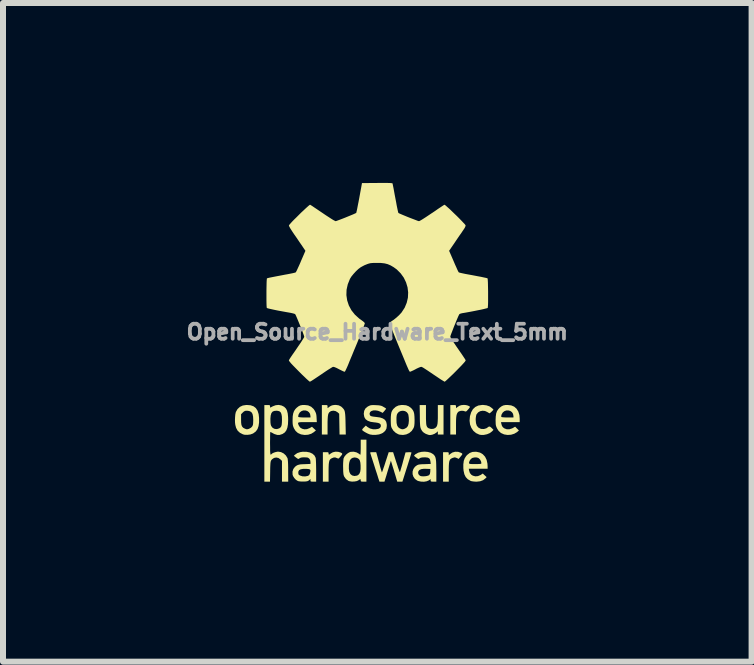
<source format=kicad_pcb>
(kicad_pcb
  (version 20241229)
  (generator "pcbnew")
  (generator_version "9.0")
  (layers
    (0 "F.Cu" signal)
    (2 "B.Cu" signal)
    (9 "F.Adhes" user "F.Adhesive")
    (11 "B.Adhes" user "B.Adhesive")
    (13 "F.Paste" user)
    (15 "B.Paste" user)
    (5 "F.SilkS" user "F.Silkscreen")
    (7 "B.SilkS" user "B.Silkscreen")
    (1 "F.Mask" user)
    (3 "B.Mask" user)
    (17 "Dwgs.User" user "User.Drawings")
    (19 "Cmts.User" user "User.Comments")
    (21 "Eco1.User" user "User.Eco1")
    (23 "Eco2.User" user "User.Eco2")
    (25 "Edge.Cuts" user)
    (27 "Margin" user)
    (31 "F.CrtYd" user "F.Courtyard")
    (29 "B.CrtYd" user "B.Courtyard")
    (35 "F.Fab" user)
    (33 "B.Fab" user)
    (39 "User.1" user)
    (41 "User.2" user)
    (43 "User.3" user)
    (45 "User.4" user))
  (footprint "Open_Source_Hardware_Text_5mm"
    (layer "F.Cu")
    (at 3.241 2.486)
    (property "Reference" "Open_Source_Hardware_Text_5mm" (at 0 0 0) (layer "F.Fab") (effects (font (size 0.25 0.25) (thickness 0.3))))
    (attr board_only exclude_from_pos_files exclude_from_bom)
    (fp_poly (pts (xy 1.348 1.998) (xy 1.391 2.013) (xy 1.409 2.022) (xy 1.418 2.03) (xy 1.417 2.041) (xy 1.406 2.057) (xy 1.385 2.083) (xy 1.38 2.089) (xy 1.357 2.116) (xy 1.326 2.101) (xy 1.304 2.093) (xy 1.286 2.091) (xy 1.263 2.098) (xy 1.258 2.099) (xy 1.238 2.108) (xy 1.221 2.119) (xy 1.21 2.134) (xy 1.201 2.157) (xy 1.196 2.188) (xy 1.193 2.231) (xy 1.192 2.287) (xy 1.192 2.334) (xy 1.192 2.496) (xy 1.097 2.496) (xy 1.097 2.004) (xy 1.144 2.004) (xy 1.171 2.004) (xy 1.186 2.007) (xy 1.191 2.015) (xy 1.192 2.029) (xy 1.192 2.03) (xy 1.192 2.056) (xy 1.211 2.038) (xy 1.252 2.01) (xy 1.298 1.997)) (stroke (width 0) (type solid)) (fill yes) (layer "F.SilkS"))
    (fp_poly (pts (xy -0.652 1.998) (xy -0.611 2.01) (xy -0.6 2.016) (xy -0.588 2.024) (xy -0.584 2.033) (xy -0.588 2.044) (xy -0.601 2.062) (xy -0.623 2.088) (xy -0.639 2.105) (xy -0.65 2.111) (xy -0.664 2.106) (xy -0.671 2.103) (xy -0.7 2.092) (xy -0.727 2.093) (xy -0.756 2.104) (xy -0.774 2.114) (xy -0.788 2.127) (xy -0.798 2.144) (xy -0.804 2.169) (xy -0.809 2.204) (xy -0.811 2.251) (xy -0.812 2.311) (xy -0.812 2.335) (xy -0.812 2.496) (xy -0.907 2.496) (xy -0.907 2.004) (xy -0.859 2.004) (xy -0.832 2.004) (xy -0.818 2.007) (xy -0.813 2.014) (xy -0.812 2.025) (xy -0.81 2.041) (xy -0.804 2.045) (xy -0.79 2.037) (xy -0.776 2.026) (xy -0.741 2.006) (xy -0.697 1.996)) (stroke (width 0) (type solid)) (fill yes) (layer "F.SilkS"))
    (fp_poly (pts (xy 1.48 1.219) (xy 1.508 1.226) (xy 1.531 1.236) (xy 1.544 1.246) (xy 1.546 1.25) (xy 1.54 1.26) (xy 1.527 1.278) (xy 1.513 1.294) (xy 1.493 1.316) (xy 1.48 1.325) (xy 1.469 1.326) (xy 1.462 1.323) (xy 1.431 1.314) (xy 1.395 1.314) (xy 1.363 1.324) (xy 1.353 1.33) (xy 1.34 1.344) (xy 1.33 1.361) (xy 1.322 1.385) (xy 1.317 1.418) (xy 1.314 1.462) (xy 1.313 1.52) (xy 1.313 1.561) (xy 1.313 1.71) (xy 1.218 1.71) (xy 1.218 1.218) (xy 1.265 1.218) (xy 1.292 1.218) (xy 1.307 1.221) (xy 1.312 1.229) (xy 1.313 1.243) (xy 1.313 1.27) (xy 1.341 1.249) (xy 1.371 1.23) (xy 1.401 1.22) (xy 1.439 1.216) (xy 1.451 1.216)) (stroke (width 0) (type solid)) (fill yes) (layer "F.SilkS"))
    (fp_poly (pts (xy -0.643 1.223) (xy -0.603 1.243) (xy -0.577 1.267) (xy -0.563 1.283) (xy -0.552 1.299) (xy -0.544 1.318) (xy -0.539 1.343) (xy -0.535 1.375) (xy -0.532 1.418) (xy -0.53 1.474) (xy -0.529 1.527) (xy -0.525 1.71) (xy -0.629 1.71) (xy -0.632 1.537) (xy -0.635 1.363) (xy -0.663 1.338) (xy -0.695 1.319) (xy -0.732 1.312) (xy -0.768 1.318) (xy -0.785 1.327) (xy -0.8 1.339) (xy -0.811 1.355) (xy -0.819 1.376) (xy -0.824 1.406) (xy -0.827 1.446) (xy -0.829 1.499) (xy -0.829 1.554) (xy -0.829 1.71) (xy -0.924 1.71) (xy -0.924 1.218) (xy -0.877 1.218) (xy -0.849 1.218) (xy -0.835 1.221) (xy -0.83 1.229) (xy -0.829 1.243) (xy -0.829 1.27) (xy -0.801 1.249) (xy -0.771 1.23) (xy -0.74 1.22) (xy -0.703 1.216) (xy -0.691 1.216)) (stroke (width 0) (type solid)) (fill yes) (layer "F.SilkS"))
    (fp_poly (pts (xy 0.812 1.382) (xy 0.812 1.447) (xy 0.814 1.496) (xy 0.816 1.533) (xy 0.821 1.56) (xy 0.829 1.579) (xy 0.839 1.593) (xy 0.853 1.603) (xy 0.859 1.606) (xy 0.895 1.617) (xy 0.934 1.615) (xy 0.963 1.603) (xy 0.978 1.591) (xy 0.99 1.576) (xy 0.999 1.555) (xy 1.005 1.527) (xy 1.008 1.488) (xy 1.01 1.437) (xy 1.01 1.373) (xy 1.01 1.218) (xy 1.105 1.218) (xy 1.105 1.71) (xy 1.01 1.71) (xy 1.01 1.655) (xy 0.991 1.674) (xy 0.957 1.697) (xy 0.916 1.713) (xy 0.878 1.719) (xy 0.854 1.715) (xy 0.823 1.704) (xy 0.802 1.695) (xy 0.771 1.675) (xy 0.749 1.653) (xy 0.734 1.628) (xy 0.727 1.613) (xy 0.722 1.599) (xy 0.718 1.583) (xy 0.715 1.562) (xy 0.713 1.533) (xy 0.711 1.495) (xy 0.71 1.444) (xy 0.71 1.402) (xy 0.707 1.218) (xy 0.812 1.218)) (stroke (width 0) (type solid)) (fill yes) (layer "F.SilkS"))
    (fp_poly (pts (xy 1.821 1.223) (xy 1.873 1.241) (xy 1.914 1.271) (xy 1.918 1.274) (xy 1.938 1.296) (xy 1.909 1.326) (xy 1.89 1.343) (xy 1.877 1.354) (xy 1.873 1.356) (xy 1.862 1.351) (xy 1.843 1.34) (xy 1.834 1.334) (xy 1.796 1.317) (xy 1.755 1.313) (xy 1.715 1.321) (xy 1.681 1.341) (xy 1.657 1.371) (xy 1.653 1.377) (xy 1.647 1.402) (xy 1.642 1.436) (xy 1.641 1.464) (xy 1.646 1.52) (xy 1.66 1.563) (xy 1.685 1.593) (xy 1.72 1.612) (xy 1.734 1.616) (xy 1.778 1.618) (xy 1.819 1.606) (xy 1.844 1.589) (xy 1.861 1.577) (xy 1.879 1.578) (xy 1.899 1.593) (xy 1.917 1.61) (xy 1.938 1.632) (xy 1.913 1.658) (xy 1.876 1.686) (xy 1.83 1.705) (xy 1.778 1.716) (xy 1.728 1.716) (xy 1.701 1.711) (xy 1.647 1.686) (xy 1.602 1.648) (xy 1.569 1.599) (xy 1.547 1.542) (xy 1.539 1.478) (xy 1.545 1.41) (xy 1.546 1.403) (xy 1.566 1.338) (xy 1.595 1.287) (xy 1.635 1.25) (xy 1.685 1.226) (xy 1.745 1.217) (xy 1.762 1.216)) (stroke (width 0) (type solid)) (fill yes) (layer "F.SilkS"))
    (fp_poly (pts (xy -2.112 1.222) (xy -2.062 1.24) (xy -2.024 1.27) (xy -1.996 1.313) (xy -1.978 1.37) (xy -1.971 1.434) (xy -1.971 1.509) (xy -1.98 1.57) (xy -1.997 1.619) (xy -2.025 1.658) (xy -2.063 1.687) (xy -2.075 1.694) (xy -2.117 1.709) (xy -2.164 1.715) (xy -2.21 1.714) (xy -2.239 1.707) (xy -2.29 1.681) (xy -2.328 1.646) (xy -2.354 1.599) (xy -2.367 1.55) (xy -2.372 1.512) (xy -2.373 1.466) (xy -2.373 1.46) (xy -2.271 1.46) (xy -2.27 1.512) (xy -2.265 1.55) (xy -2.254 1.576) (xy -2.238 1.595) (xy -2.214 1.609) (xy -2.211 1.61) (xy -2.19 1.619) (xy -2.176 1.622) (xy -2.162 1.621) (xy -2.14 1.615) (xy -2.107 1.597) (xy -2.088 1.578) (xy -2.079 1.563) (xy -2.073 1.546) (xy -2.07 1.523) (xy -2.069 1.49) (xy -2.068 1.467) (xy -2.071 1.41) (xy -2.08 1.368) (xy -2.097 1.339) (xy -2.122 1.322) (xy -2.156 1.314) (xy -2.177 1.313) (xy -2.203 1.315) (xy -2.224 1.326) (xy -2.242 1.342) (xy -2.271 1.371) (xy -2.271 1.46) (xy -2.373 1.46) (xy -2.371 1.418) (xy -2.367 1.374) (xy -2.36 1.341) (xy -2.358 1.334) (xy -2.331 1.286) (xy -2.292 1.249) (xy -2.243 1.226) (xy -2.184 1.217) (xy -2.174 1.217)) (stroke (width 0) (type solid)) (fill yes) (layer "F.SilkS"))
    (fp_poly (pts (xy 2.233 1.224) (xy 2.283 1.245) (xy 2.323 1.28) (xy 2.352 1.327) (xy 2.37 1.386) (xy 2.375 1.448) (xy 2.375 1.503) (xy 2.063 1.503) (xy 2.069 1.531) (xy 2.079 1.565) (xy 2.094 1.588) (xy 2.119 1.607) (xy 2.159 1.622) (xy 2.204 1.622) (xy 2.249 1.607) (xy 2.261 1.601) (xy 2.299 1.579) (xy 2.362 1.642) (xy 2.332 1.668) (xy 2.286 1.696) (xy 2.231 1.713) (xy 2.173 1.717) (xy 2.116 1.708) (xy 2.111 1.706) (xy 2.062 1.684) (xy 2.024 1.65) (xy 1.997 1.607) (xy 1.986 1.583) (xy 1.979 1.561) (xy 1.975 1.537) (xy 1.974 1.504) (xy 1.973 1.468) (xy 1.976 1.406) (xy 1.977 1.4) (xy 2.067 1.4) (xy 2.068 1.415) (xy 2.068 1.416) (xy 2.079 1.42) (xy 2.104 1.423) (xy 2.14 1.425) (xy 2.173 1.425) (xy 2.271 1.425) (xy 2.271 1.403) (xy 2.264 1.365) (xy 2.246 1.337) (xy 2.219 1.317) (xy 2.187 1.308) (xy 2.153 1.308) (xy 2.12 1.32) (xy 2.093 1.342) (xy 2.073 1.375) (xy 2.072 1.379) (xy 2.067 1.4) (xy 1.977 1.4) (xy 1.983 1.358) (xy 1.997 1.319) (xy 2.019 1.287) (xy 2.039 1.265) (xy 2.071 1.24) (xy 2.101 1.225) (xy 2.136 1.218) (xy 2.173 1.217)) (stroke (width 0) (type solid)) (fill yes) (layer "F.SilkS"))
    (fp_poly (pts (xy 0.48 1.222) (xy 0.525 1.239) (xy 0.565 1.269) (xy 0.577 1.282) (xy 0.595 1.306) (xy 0.608 1.333) (xy 0.616 1.366) (xy 0.62 1.409) (xy 0.622 1.465) (xy 0.622 1.473) (xy 0.621 1.52) (xy 0.618 1.555) (xy 0.613 1.581) (xy 0.605 1.602) (xy 0.575 1.649) (xy 0.533 1.685) (xy 0.483 1.708) (xy 0.429 1.717) (xy 0.372 1.712) (xy 0.35 1.705) (xy 0.307 1.681) (xy 0.269 1.646) (xy 0.242 1.603) (xy 0.241 1.602) (xy 0.233 1.581) (xy 0.228 1.555) (xy 0.226 1.52) (xy 0.225 1.473) (xy 0.225 1.464) (xy 0.32 1.464) (xy 0.322 1.518) (xy 0.331 1.557) (xy 0.347 1.586) (xy 0.371 1.605) (xy 0.382 1.611) (xy 0.408 1.621) (xy 0.429 1.622) (xy 0.452 1.615) (xy 0.462 1.611) (xy 0.491 1.593) (xy 0.511 1.567) (xy 0.522 1.53) (xy 0.527 1.48) (xy 0.527 1.47) (xy 0.525 1.427) (xy 0.52 1.391) (xy 0.515 1.369) (xy 0.494 1.339) (xy 0.464 1.32) (xy 0.429 1.313) (xy 0.393 1.317) (xy 0.36 1.332) (xy 0.337 1.358) (xy 0.328 1.376) (xy 0.323 1.398) (xy 0.32 1.429) (xy 0.32 1.464) (xy 0.225 1.464) (xy 0.226 1.415) (xy 0.23 1.371) (xy 0.237 1.336) (xy 0.25 1.309) (xy 0.267 1.284) (xy 0.27 1.282) (xy 0.308 1.247) (xy 0.352 1.226) (xy 0.404 1.217) (xy 0.424 1.217)) (stroke (width 0) (type solid)) (fill yes) (layer "F.SilkS"))
    (fp_poly (pts (xy 1.656 1.998) (xy 1.713 2.011) (xy 1.76 2.039) (xy 1.797 2.079) (xy 1.823 2.131) (xy 1.837 2.195) (xy 1.84 2.242) (xy 1.84 2.28) (xy 1.526 2.28) (xy 1.531 2.311) (xy 1.544 2.351) (xy 1.568 2.38) (xy 1.594 2.396) (xy 1.635 2.407) (xy 1.679 2.403) (xy 1.722 2.385) (xy 1.73 2.38) (xy 1.759 2.36) (xy 1.791 2.39) (xy 1.824 2.42) (xy 1.804 2.441) (xy 1.765 2.471) (xy 1.716 2.489) (xy 1.655 2.496) (xy 1.649 2.496) (xy 1.608 2.493) (xy 1.573 2.488) (xy 1.555 2.482) (xy 1.509 2.455) (xy 1.475 2.419) (xy 1.452 2.372) (xy 1.439 2.312) (xy 1.435 2.27) (xy 1.435 2.204) (xy 1.438 2.185) (xy 1.529 2.185) (xy 1.533 2.194) (xy 1.548 2.2) (xy 1.575 2.202) (xy 1.616 2.202) (xy 1.632 2.202) (xy 1.676 2.202) (xy 1.705 2.201) (xy 1.723 2.199) (xy 1.732 2.196) (xy 1.736 2.19) (xy 1.736 2.185) (xy 1.73 2.157) (xy 1.714 2.127) (xy 1.692 2.105) (xy 1.691 2.104) (xy 1.663 2.093) (xy 1.628 2.091) (xy 1.592 2.098) (xy 1.579 2.104) (xy 1.558 2.121) (xy 1.541 2.146) (xy 1.541 2.146) (xy 1.532 2.169) (xy 1.529 2.185) (xy 1.438 2.185) (xy 1.442 2.15) (xy 1.458 2.107) (xy 1.482 2.069) (xy 1.498 2.051) (xy 1.54 2.018) (xy 1.587 2) (xy 1.642 1.997)) (stroke (width 0) (type solid)) (fill yes) (layer "F.SilkS"))
    (fp_poly (pts (xy -1.152 1.224) (xy -1.103 1.246) (xy -1.062 1.283) (xy -1.042 1.313) (xy -1.028 1.341) (xy -1.019 1.367) (xy -1.014 1.399) (xy -1.012 1.431) (xy -1.008 1.503) (xy -1.165 1.503) (xy -1.223 1.503) (xy -1.265 1.503) (xy -1.294 1.505) (xy -1.312 1.509) (xy -1.32 1.516) (xy -1.321 1.527) (xy -1.316 1.542) (xy -1.309 1.559) (xy -1.287 1.592) (xy -1.254 1.613) (xy -1.215 1.623) (xy -1.172 1.62) (xy -1.129 1.603) (xy -1.126 1.602) (xy -1.089 1.58) (xy -1.056 1.611) (xy -1.023 1.641) (xy -1.054 1.667) (xy -1.099 1.696) (xy -1.153 1.713) (xy -1.211 1.717) (xy -1.269 1.708) (xy -1.275 1.706) (xy -1.324 1.684) (xy -1.362 1.65) (xy -1.389 1.607) (xy -1.399 1.583) (xy -1.406 1.561) (xy -1.41 1.537) (xy -1.412 1.504) (xy -1.412 1.468) (xy -1.41 1.406) (xy -1.409 1.4) (xy -1.318 1.4) (xy -1.318 1.415) (xy -1.317 1.416) (xy -1.306 1.42) (xy -1.281 1.423) (xy -1.245 1.425) (xy -1.213 1.425) (xy -1.114 1.425) (xy -1.114 1.403) (xy -1.121 1.365) (xy -1.14 1.337) (xy -1.167 1.317) (xy -1.199 1.308) (xy -1.233 1.308) (xy -1.265 1.32) (xy -1.293 1.342) (xy -1.312 1.375) (xy -1.313 1.379) (xy -1.318 1.4) (xy -1.409 1.4) (xy -1.402 1.358) (xy -1.388 1.319) (xy -1.367 1.287) (xy -1.346 1.265) (xy -1.315 1.24) (xy -1.286 1.225) (xy -1.251 1.218) (xy -1.211 1.217)) (stroke (width 0) (type solid)) (fill yes) (layer "F.SilkS"))
    (fp_poly (pts (xy -0.181 2.496) (xy -0.229 2.496) (xy -0.256 2.495) (xy -0.27 2.492) (xy -0.276 2.485) (xy -0.276 2.474) (xy -0.278 2.459) (xy -0.283 2.454) (xy -0.297 2.461) (xy -0.312 2.472) (xy -0.341 2.486) (xy -0.38 2.493) (xy -0.422 2.495) (xy -0.461 2.489) (xy -0.482 2.482) (xy -0.521 2.453) (xy -0.55 2.414) (xy -0.561 2.386) (xy -0.565 2.361) (xy -0.568 2.324) (xy -0.569 2.282) (xy -0.474 2.282) (xy -0.466 2.333) (xy -0.448 2.369) (xy -0.42 2.392) (xy -0.383 2.401) (xy -0.378 2.401) (xy -0.338 2.395) (xy -0.317 2.384) (xy -0.297 2.361) (xy -0.284 2.329) (xy -0.278 2.286) (xy -0.278 2.229) (xy -0.278 2.228) (xy -0.282 2.179) (xy -0.29 2.145) (xy -0.304 2.121) (xy -0.325 2.106) (xy -0.344 2.098) (xy -0.376 2.092) (xy -0.405 2.097) (xy -0.409 2.098) (xy -0.437 2.114) (xy -0.456 2.14) (xy -0.468 2.18) (xy -0.473 2.216) (xy -0.474 2.282) (xy -0.569 2.282) (xy -0.569 2.279) (xy -0.57 2.231) (xy -0.569 2.184) (xy -0.566 2.143) (xy -0.563 2.114) (xy -0.561 2.106) (xy -0.546 2.076) (xy -0.52 2.045) (xy -0.488 2.019) (xy -0.456 2.002) (xy -0.445 1.999) (xy -0.394 1.996) (xy -0.347 2.007) (xy -0.315 2.024) (xy -0.296 2.038) (xy -0.283 2.046) (xy -0.281 2.047) (xy -0.28 2.039) (xy -0.278 2.016) (xy -0.277 1.983) (xy -0.276 1.941) (xy -0.276 1.922) (xy -0.276 1.796) (xy -0.181 1.796)) (stroke (width 0) (type solid)) (fill yes) (layer "F.SilkS"))
    (fp_poly (pts (xy -0.005 2.049) (xy 0.002 2.074) (xy 0.012 2.111) (xy 0.024 2.156) (xy 0.037 2.204) (xy 0.04 2.217) (xy 0.052 2.261) (xy 0.063 2.297) (xy 0.071 2.324) (xy 0.076 2.339) (xy 0.077 2.34) (xy 0.081 2.333) (xy 0.09 2.311) (xy 0.101 2.277) (xy 0.116 2.235) (xy 0.132 2.185) (xy 0.136 2.172) (xy 0.191 2.004) (xy 0.264 2.004) (xy 0.318 2.173) (xy 0.335 2.224) (xy 0.349 2.268) (xy 0.362 2.303) (xy 0.371 2.327) (xy 0.376 2.338) (xy 0.377 2.338) (xy 0.381 2.328) (xy 0.388 2.305) (xy 0.398 2.27) (xy 0.411 2.227) (xy 0.425 2.177) (xy 0.426 2.171) (xy 0.471 2.008) (xy 0.521 2.005) (xy 0.547 2.005) (xy 0.565 2.007) (xy 0.57 2.01) (xy 0.568 2.019) (xy 0.561 2.043) (xy 0.55 2.08) (xy 0.536 2.126) (xy 0.519 2.18) (xy 0.5 2.241) (xy 0.495 2.256) (xy 0.419 2.496) (xy 0.376 2.496) (xy 0.333 2.496) (xy 0.303 2.394) (xy 0.288 2.346) (xy 0.273 2.294) (xy 0.258 2.247) (xy 0.25 2.22) (xy 0.227 2.146) (xy 0.199 2.237) (xy 0.184 2.286) (xy 0.167 2.341) (xy 0.152 2.393) (xy 0.146 2.412) (xy 0.12 2.496) (xy 0.036 2.496) (xy 0.023 2.455) (xy 0.016 2.435) (xy 0.006 2.401) (xy -0.008 2.357) (xy -0.025 2.306) (xy -0.043 2.249) (xy -0.052 2.22) (xy -0.07 2.164) (xy -0.086 2.114) (xy -0.1 2.072) (xy -0.11 2.039) (xy -0.117 2.019) (xy -0.119 2.014) (xy -0.116 2.008) (xy -0.1 2.005) (xy -0.071 2.004) (xy -0.018 2.004)) (stroke (width 0) (type solid)) (fill yes) (layer "F.SilkS"))
    (fp_poly (pts (xy -0.048 1.219) (xy -0.026 1.22) (xy 0.016 1.222) (xy 0.046 1.226) (xy 0.07 1.232) (xy 0.094 1.243) (xy 0.101 1.248) (xy 0.126 1.262) (xy 0.142 1.273) (xy 0.147 1.278) (xy 0.142 1.288) (xy 0.128 1.305) (xy 0.119 1.317) (xy 0.09 1.349) (xy 0.054 1.33) (xy 0.013 1.314) (xy -0.028 1.307) (xy -0.065 1.308) (xy -0.096 1.317) (xy -0.118 1.333) (xy -0.128 1.356) (xy -0.127 1.375) (xy -0.121 1.389) (xy -0.112 1.399) (xy -0.094 1.406) (xy -0.067 1.411) (xy -0.025 1.416) (xy -0.016 1.417) (xy 0.047 1.426) (xy 0.094 1.442) (xy 0.128 1.465) (xy 0.149 1.498) (xy 0.158 1.54) (xy 0.159 1.564) (xy 0.153 1.611) (xy 0.131 1.65) (xy 0.095 1.681) (xy 0.072 1.693) (xy 0.03 1.708) (xy -0.022 1.715) (xy -0.074 1.716) (xy -0.121 1.709) (xy -0.127 1.707) (xy -0.159 1.694) (xy -0.192 1.677) (xy -0.223 1.659) (xy -0.244 1.643) (xy -0.249 1.639) (xy -0.252 1.629) (xy -0.245 1.616) (xy -0.227 1.596) (xy -0.225 1.594) (xy -0.191 1.561) (xy -0.165 1.583) (xy -0.122 1.609) (xy -0.071 1.622) (xy -0.025 1.622) (xy 0.018 1.615) (xy 0.045 1.6) (xy 0.059 1.576) (xy 0.06 1.562) (xy 0.056 1.542) (xy 0.041 1.527) (xy 0.014 1.516) (xy -0.027 1.509) (xy -0.048 1.507) (xy -0.111 1.498) (xy -0.16 1.48) (xy -0.195 1.454) (xy -0.216 1.418) (xy -0.224 1.373) (xy -0.225 1.363) (xy -0.218 1.315) (xy -0.198 1.276) (xy -0.163 1.246) (xy -0.147 1.237) (xy -0.126 1.227) (xy -0.106 1.221) (xy -0.082 1.219)) (stroke (width 0) (type solid)) (fill yes) (layer "F.SilkS"))
    (fp_poly (pts (xy 0.843 2) (xy 0.893 2.014) (xy 0.932 2.037) (xy 0.937 2.042) (xy 0.951 2.057) (xy 0.963 2.075) (xy 0.971 2.096) (xy 0.977 2.125) (xy 0.981 2.162) (xy 0.983 2.21) (xy 0.984 2.271) (xy 0.985 2.317) (xy 0.985 2.496) (xy 0.937 2.496) (xy 0.91 2.495) (xy 0.896 2.492) (xy 0.89 2.485) (xy 0.89 2.475) (xy 0.89 2.453) (xy 0.858 2.475) (xy 0.822 2.49) (xy 0.778 2.497) (xy 0.729 2.495) (xy 0.684 2.485) (xy 0.665 2.477) (xy 0.627 2.449) (xy 0.602 2.412) (xy 0.589 2.371) (xy 0.589 2.353) (xy 0.681 2.353) (xy 0.691 2.378) (xy 0.711 2.397) (xy 0.729 2.404) (xy 0.759 2.407) (xy 0.794 2.406) (xy 0.828 2.401) (xy 0.855 2.392) (xy 0.866 2.386) (xy 0.879 2.362) (xy 0.884 2.327) (xy 0.885 2.284) (xy 0.829 2.282) (xy 0.777 2.281) (xy 0.738 2.286) (xy 0.71 2.297) (xy 0.699 2.305) (xy 0.684 2.327) (xy 0.681 2.353) (xy 0.589 2.353) (xy 0.589 2.327) (xy 0.602 2.285) (xy 0.628 2.248) (xy 0.651 2.23) (xy 0.667 2.22) (xy 0.683 2.213) (xy 0.703 2.209) (xy 0.731 2.206) (xy 0.77 2.204) (xy 0.788 2.204) (xy 0.892 2.2) (xy 0.887 2.161) (xy 0.88 2.128) (xy 0.866 2.107) (xy 0.842 2.095) (xy 0.804 2.09) (xy 0.786 2.09) (xy 0.749 2.092) (xy 0.724 2.097) (xy 0.707 2.106) (xy 0.695 2.115) (xy 0.685 2.117) (xy 0.671 2.11) (xy 0.651 2.095) (xy 0.63 2.079) (xy 0.616 2.067) (xy 0.614 2.062) (xy 0.62 2.054) (xy 0.635 2.04) (xy 0.641 2.035) (xy 0.684 2.012) (xy 0.735 1.999) (xy 0.789 1.995)) (stroke (width 0) (type solid)) (fill yes) (layer "F.SilkS"))
    (fp_poly (pts (xy -1.179 1.998) (xy -1.124 2.009) (xy -1.08 2.03) (xy -1.047 2.06) (xy -1.028 2.097) (xy -1.025 2.115) (xy -1.023 2.148) (xy -1.021 2.191) (xy -1.02 2.242) (xy -1.019 2.298) (xy -1.019 2.312) (xy -1.019 2.496) (xy -1.067 2.496) (xy -1.094 2.495) (xy -1.108 2.493) (xy -1.113 2.485) (xy -1.114 2.473) (xy -1.114 2.45) (xy -1.136 2.471) (xy -1.15 2.481) (xy -1.166 2.488) (xy -1.189 2.492) (xy -1.225 2.494) (xy -1.229 2.494) (xy -1.278 2.493) (xy -1.314 2.488) (xy -1.326 2.484) (xy -1.356 2.465) (xy -1.384 2.435) (xy -1.404 2.403) (xy -1.412 2.38) (xy -1.413 2.345) (xy -1.317 2.345) (xy -1.315 2.368) (xy -1.307 2.383) (xy -1.287 2.394) (xy -1.246 2.407) (xy -1.199 2.408) (xy -1.159 2.4) (xy -1.139 2.389) (xy -1.127 2.37) (xy -1.122 2.356) (xy -1.115 2.324) (xy -1.115 2.303) (xy -1.125 2.291) (xy -1.148 2.285) (xy -1.185 2.282) (xy -1.188 2.282) (xy -1.24 2.283) (xy -1.278 2.29) (xy -1.302 2.303) (xy -1.315 2.325) (xy -1.317 2.345) (xy -1.413 2.345) (xy -1.414 2.33) (xy -1.4 2.285) (xy -1.372 2.248) (xy -1.344 2.227) (xy -1.325 2.218) (xy -1.304 2.212) (xy -1.278 2.207) (xy -1.241 2.205) (xy -1.211 2.204) (xy -1.114 2.2) (xy -1.114 2.166) (xy -1.119 2.135) (xy -1.135 2.111) (xy -1.149 2.1) (xy -1.165 2.093) (xy -1.189 2.091) (xy -1.216 2.09) (xy -1.254 2.091) (xy -1.279 2.097) (xy -1.296 2.106) (xy -1.296 2.106) (xy -1.309 2.115) (xy -1.319 2.117) (xy -1.332 2.11) (xy -1.354 2.094) (xy -1.354 2.094) (xy -1.391 2.065) (xy -1.374 2.048) (xy -1.335 2.02) (xy -1.284 2.003) (xy -1.243 1.997)) (stroke (width 0) (type solid)) (fill yes) (layer "F.SilkS"))
    (fp_poly (pts (xy -1.595 1.226) (xy -1.553 1.247) (xy -1.522 1.278) (xy -1.505 1.311) (xy -1.493 1.359) (xy -1.487 1.42) (xy -1.486 1.464) (xy -1.489 1.537) (xy -1.499 1.595) (xy -1.516 1.64) (xy -1.541 1.674) (xy -1.576 1.698) (xy -1.584 1.702) (xy -1.627 1.716) (xy -1.669 1.716) (xy -1.714 1.702) (xy -1.732 1.693) (xy -1.757 1.679) (xy -1.776 1.67) (xy -1.784 1.667) (xy -1.785 1.675) (xy -1.786 1.698) (xy -1.787 1.733) (xy -1.787 1.779) (xy -1.788 1.831) (xy -1.788 1.857) (xy -1.787 1.924) (xy -1.787 1.974) (xy -1.785 2.011) (xy -1.782 2.034) (xy -1.778 2.045) (xy -1.773 2.046) (xy -1.766 2.038) (xy -1.766 2.037) (xy -1.751 2.025) (xy -1.725 2.012) (xy -1.694 2.002) (xy -1.664 1.996) (xy -1.654 1.995) (xy -1.605 2.003) (xy -1.561 2.025) (xy -1.524 2.059) (xy -1.499 2.1) (xy -1.494 2.114) (xy -1.492 2.133) (xy -1.489 2.165) (xy -1.487 2.208) (xy -1.486 2.259) (xy -1.486 2.314) (xy -1.486 2.321) (xy -1.485 2.496) (xy -1.589 2.496) (xy -1.589 2.149) (xy -1.614 2.125) (xy -1.648 2.101) (xy -1.685 2.093) (xy -1.721 2.1) (xy -1.754 2.122) (xy -1.768 2.139) (xy -1.774 2.15) (xy -1.778 2.165) (xy -1.781 2.185) (xy -1.783 2.215) (xy -1.785 2.257) (xy -1.786 2.313) (xy -1.786 2.329) (xy -1.789 2.496) (xy -1.883 2.496) (xy -1.883 1.464) (xy -1.782 1.464) (xy -1.781 1.509) (xy -1.777 1.541) (xy -1.77 1.564) (xy -1.767 1.57) (xy -1.743 1.6) (xy -1.71 1.616) (xy -1.673 1.619) (xy -1.635 1.607) (xy -1.626 1.601) (xy -1.61 1.588) (xy -1.599 1.568) (xy -1.593 1.541) (xy -1.59 1.502) (xy -1.589 1.463) (xy -1.591 1.407) (xy -1.599 1.366) (xy -1.612 1.338) (xy -1.634 1.321) (xy -1.664 1.314) (xy -1.684 1.313) (xy -1.721 1.317) (xy -1.748 1.33) (xy -1.766 1.354) (xy -1.777 1.391) (xy -1.782 1.442) (xy -1.782 1.464) (xy -1.883 1.464) (xy -1.883 1.218) (xy -1.835 1.218) (xy -1.808 1.218) (xy -1.794 1.221) (xy -1.789 1.229) (xy -1.788 1.239) (xy -1.787 1.256) (xy -1.785 1.261) (xy -1.776 1.257) (xy -1.757 1.247) (xy -1.742 1.239) (xy -1.694 1.221) (xy -1.644 1.216)) (stroke (width 0) (type solid)) (fill yes) (layer "F.SilkS"))
    (fp_poly (pts (xy 0.181 -2.485) (xy 0.214 -2.484) (xy 0.237 -2.482) (xy 0.25 -2.48) (xy 0.255 -2.477) (xy 0.255 -2.477) (xy 0.257 -2.466) (xy 0.262 -2.44) (xy 0.27 -2.402) (xy 0.279 -2.353) (xy 0.289 -2.297) (xy 0.301 -2.235) (xy 0.302 -2.229) (xy 0.314 -2.167) (xy 0.324 -2.111) (xy 0.334 -2.062) (xy 0.342 -2.024) (xy 0.348 -1.998) (xy 0.352 -1.986) (xy 0.352 -1.986) (xy 0.363 -1.979) (xy 0.388 -1.968) (xy 0.423 -1.953) (xy 0.464 -1.936) (xy 0.51 -1.917) (xy 0.556 -1.899) (xy 0.601 -1.882) (xy 0.64 -1.867) (xy 0.671 -1.855) (xy 0.691 -1.849) (xy 0.696 -1.848) (xy 0.708 -1.853) (xy 0.732 -1.866) (xy 0.766 -1.887) (xy 0.808 -1.914) (xy 0.856 -1.946) (xy 0.908 -1.981) (xy 0.912 -1.983) (xy 0.964 -2.018) (xy 1.011 -2.051) (xy 1.053 -2.079) (xy 1.086 -2.101) (xy 1.109 -2.116) (xy 1.12 -2.122) (xy 1.12 -2.122) (xy 1.129 -2.118) (xy 1.148 -2.102) (xy 1.175 -2.078) (xy 1.209 -2.048) (xy 1.246 -2.012) (xy 1.286 -1.973) (xy 1.327 -1.934) (xy 1.366 -1.895) (xy 1.402 -1.858) (xy 1.432 -1.826) (xy 1.456 -1.801) (xy 1.47 -1.783) (xy 1.473 -1.777) (xy 1.47 -1.762) (xy 1.457 -1.734) (xy 1.432 -1.696) (xy 1.428 -1.691) (xy 1.407 -1.659) (xy 1.378 -1.618) (xy 1.345 -1.57) (xy 1.311 -1.52) (xy 1.289 -1.487) (xy 1.198 -1.354) (xy 1.274 -1.179) (xy 1.296 -1.127) (xy 1.317 -1.081) (xy 1.334 -1.042) (xy 1.348 -1.013) (xy 1.357 -0.997) (xy 1.359 -0.995) (xy 1.371 -0.99) (xy 1.396 -0.984) (xy 1.432 -0.976) (xy 1.475 -0.967) (xy 1.498 -0.963) (xy 1.591 -0.946) (xy 1.669 -0.931) (xy 1.734 -0.919) (xy 1.784 -0.908) (xy 1.818 -0.901) (xy 1.837 -0.895) (xy 1.839 -0.894) (xy 1.841 -0.885) (xy 1.843 -0.86) (xy 1.845 -0.824) (xy 1.846 -0.779) (xy 1.847 -0.727) (xy 1.848 -0.671) (xy 1.848 -0.614) (xy 1.848 -0.559) (xy 1.848 -0.508) (xy 1.847 -0.464) (xy 1.845 -0.429) (xy 1.843 -0.407) (xy 1.842 -0.401) (xy 1.832 -0.397) (xy 1.808 -0.391) (xy 1.772 -0.382) (xy 1.728 -0.372) (xy 1.676 -0.362) (xy 1.622 -0.351) (xy 1.566 -0.34) (xy 1.511 -0.33) (xy 1.461 -0.321) (xy 1.418 -0.314) (xy 1.392 -0.308) (xy 1.373 -0.3) (xy 1.369 -0.297) (xy 1.363 -0.286) (xy 1.351 -0.262) (xy 1.336 -0.227) (xy 1.318 -0.184) (xy 1.299 -0.137) (xy 1.279 -0.089) (xy 1.261 -0.042) (xy 1.244 0.002) (xy 1.23 0.038) (xy 1.221 0.064) (xy 1.218 0.078) (xy 1.218 0.078) (xy 1.22 0.086) (xy 1.228 0.101) (xy 1.241 0.123) (xy 1.261 0.155) (xy 1.289 0.196) (xy 1.324 0.248) (xy 1.369 0.313) (xy 1.414 0.378) (xy 1.436 0.411) (xy 1.456 0.441) (xy 1.469 0.462) (xy 1.474 0.472) (xy 1.471 0.481) (xy 1.459 0.498) (xy 1.436 0.524) (xy 1.402 0.561) (xy 1.357 0.607) (xy 1.308 0.657) (xy 1.263 0.702) (xy 1.221 0.742) (xy 1.185 0.776) (xy 1.156 0.803) (xy 1.135 0.821) (xy 1.125 0.829) (xy 1.124 0.829) (xy 1.114 0.824) (xy 1.092 0.811) (xy 1.059 0.791) (xy 1.019 0.764) (xy 0.973 0.733) (xy 0.934 0.707) (xy 0.884 0.673) (xy 0.838 0.642) (xy 0.798 0.616) (xy 0.767 0.596) (xy 0.745 0.584) (xy 0.737 0.581) (xy 0.721 0.583) (xy 0.693 0.594) (xy 0.656 0.611) (xy 0.636 0.622) (xy 0.601 0.64) (xy 0.572 0.653) (xy 0.551 0.662) (xy 0.543 0.663) (xy 0.536 0.654) (xy 0.524 0.633) (xy 0.51 0.601) (xy 0.493 0.563) (xy 0.492 0.561) (xy 0.439 0.432) (xy 0.392 0.319) (xy 0.351 0.22) (xy 0.316 0.134) (xy 0.287 0.062) (xy 0.263 0.002) (xy 0.243 -0.047) (xy 0.228 -0.085) (xy 0.217 -0.114) (xy 0.211 -0.133) (xy 0.208 -0.143) (xy 0.207 -0.145) (xy 0.214 -0.159) (xy 0.231 -0.174) (xy 0.233 -0.176) (xy 0.276 -0.205) (xy 0.323 -0.243) (xy 0.367 -0.284) (xy 0.403 -0.323) (xy 0.406 -0.327) (xy 0.457 -0.405) (xy 0.491 -0.487) (xy 0.511 -0.572) (xy 0.515 -0.659) (xy 0.505 -0.744) (xy 0.48 -0.827) (xy 0.442 -0.906) (xy 0.39 -0.978) (xy 0.325 -1.043) (xy 0.274 -1.08) (xy 0.223 -1.11) (xy 0.174 -1.131) (xy 0.123 -1.144) (xy 0.063 -1.151) (xy -0.004 -1.152) (xy -0.053 -1.152) (xy -0.088 -1.15) (xy -0.116 -1.147) (xy -0.14 -1.141) (xy -0.165 -1.133) (xy -0.177 -1.128) (xy -0.214 -1.113) (xy -0.25 -1.094) (xy -0.277 -1.079) (xy -0.316 -1.05) (xy -0.357 -1.011) (xy -0.397 -0.967) (xy -0.432 -0.924) (xy -0.456 -0.885) (xy -0.492 -0.795) (xy -0.512 -0.705) (xy -0.515 -0.615) (xy -0.502 -0.527) (xy -0.474 -0.442) (xy -0.431 -0.362) (xy -0.373 -0.289) (xy -0.3 -0.223) (xy -0.266 -0.199) (xy -0.235 -0.176) (xy -0.215 -0.158) (xy -0.208 -0.145) (xy -0.208 -0.144) (xy -0.211 -0.133) (xy -0.22 -0.108) (xy -0.234 -0.07) (xy -0.253 -0.022) (xy -0.275 0.034) (xy -0.301 0.097) (xy -0.328 0.164) (xy -0.329 0.167) (xy -0.359 0.239) (xy -0.389 0.31) (xy -0.417 0.379) (xy -0.443 0.441) (xy -0.465 0.494) (xy -0.482 0.537) (xy -0.492 0.561) (xy -0.509 0.599) (xy -0.524 0.631) (xy -0.535 0.653) (xy -0.543 0.663) (xy -0.543 0.663) (xy -0.554 0.661) (xy -0.577 0.651) (xy -0.608 0.636) (xy -0.636 0.622) (xy -0.676 0.601) (xy -0.709 0.587) (xy -0.731 0.581) (xy -0.737 0.581) (xy -0.749 0.586) (xy -0.773 0.601) (xy -0.807 0.622) (xy -0.849 0.649) (xy -0.896 0.681) (xy -0.934 0.707) (xy -0.983 0.74) (xy -1.028 0.77) (xy -1.067 0.796) (xy -1.097 0.815) (xy -1.117 0.826) (xy -1.124 0.829) (xy -1.133 0.823) (xy -1.152 0.807) (xy -1.181 0.781) (xy -1.216 0.747) (xy -1.257 0.708) (xy -1.301 0.664) (xy -1.308 0.657) (xy -1.363 0.601) (xy -1.407 0.556) (xy -1.44 0.521) (xy -1.461 0.495) (xy -1.472 0.479) (xy -1.474 0.472) (xy -1.467 0.459) (xy -1.453 0.436) (xy -1.433 0.406) (xy -1.414 0.378) (xy -1.361 0.302) (xy -1.319 0.24) (xy -1.284 0.189) (xy -1.258 0.149) (xy -1.239 0.119) (xy -1.226 0.098) (xy -1.219 0.085) (xy -1.218 0.078) (xy -1.221 0.066) (xy -1.23 0.04) (xy -1.243 0.004) (xy -1.259 -0.039) (xy -1.278 -0.086) (xy -1.298 -0.134) (xy -1.317 -0.181) (xy -1.335 -0.224) (xy -1.35 -0.259) (xy -1.362 -0.285) (xy -1.369 -0.297) (xy -1.369 -0.297) (xy -1.383 -0.304) (xy -1.408 -0.311) (xy -1.44 -0.318) (xy -1.444 -0.319) (xy -1.518 -0.332) (xy -1.589 -0.345) (xy -1.655 -0.357) (xy -1.714 -0.369) (xy -1.764 -0.38) (xy -1.804 -0.389) (xy -1.83 -0.396) (xy -1.841 -0.401) (xy -1.842 -0.401) (xy -1.844 -0.413) (xy -1.846 -0.439) (xy -1.847 -0.476) (xy -1.848 -0.522) (xy -1.848 -0.575) (xy -1.848 -0.631) (xy -1.848 -0.688) (xy -1.847 -0.743) (xy -1.846 -0.793) (xy -1.845 -0.836) (xy -1.843 -0.869) (xy -1.841 -0.889) (xy -1.839 -0.894) (xy -1.826 -0.899) (xy -1.796 -0.906) (xy -1.751 -0.915) (xy -1.69 -0.927) (xy -1.616 -0.941) (xy -1.528 -0.958) (xy -1.498 -0.963) (xy -1.453 -0.972) (xy -1.413 -0.98) (xy -1.382 -0.987) (xy -1.363 -0.993) (xy -1.359 -0.995) (xy -1.353 -1.005) (xy -1.341 -1.028) (xy -1.325 -1.063) (xy -1.305 -1.106) (xy -1.283 -1.156) (xy -1.274 -1.178) (xy -1.198 -1.354) (xy -1.244 -1.422) (xy -1.264 -1.452) (xy -1.292 -1.492) (xy -1.323 -1.538) (xy -1.357 -1.588) (xy -1.384 -1.626) (xy -1.422 -1.683) (xy -1.45 -1.727) (xy -1.467 -1.758) (xy -1.473 -1.775) (xy -1.473 -1.778) (xy -1.465 -1.789) (xy -1.447 -1.81) (xy -1.421 -1.839) (xy -1.388 -1.873) (xy -1.35 -1.91) (xy -1.31 -1.95) (xy -1.27 -1.99) (xy -1.23 -2.027) (xy -1.194 -2.061) (xy -1.163 -2.089) (xy -1.139 -2.11) (xy -1.124 -2.121) (xy -1.12 -2.122) (xy -1.11 -2.116) (xy -1.087 -2.102) (xy -1.055 -2.08) (xy -1.013 -2.052) (xy -0.966 -2.02) (xy -0.914 -1.985) (xy -0.911 -1.983) (xy -0.858 -1.947) (xy -0.81 -1.916) (xy -0.767 -1.888) (xy -0.733 -1.867) (xy -0.708 -1.854) (xy -0.696 -1.848) (xy -0.695 -1.848) (xy -0.683 -1.851) (xy -0.658 -1.86) (xy -0.623 -1.873) (xy -0.581 -1.889) (xy -0.535 -1.907) (xy -0.489 -1.926) (xy -0.445 -1.944) (xy -0.406 -1.96) (xy -0.375 -1.974) (xy -0.356 -1.983) (xy -0.352 -1.986) (xy -0.349 -1.991) (xy -0.346 -2.006) (xy -0.34 -2.03) (xy -0.333 -2.065) (xy -0.324 -2.112) (xy -0.312 -2.172) (xy -0.298 -2.246) (xy -0.282 -2.335) (xy -0.265 -2.427) (xy -0.255 -2.483) (xy -0.002 -2.485) (xy 0.074 -2.486) (xy 0.135 -2.486)) (stroke (width 0) (type solid)) (fill yes) (layer "F.SilkS")))
  (gr_rect
    (start -3 -3)
    (end 9.483 7.983)
    (stroke (width 0.1) (type default))
    (fill no)
    (layer "Edge.Cuts")))
</source>
